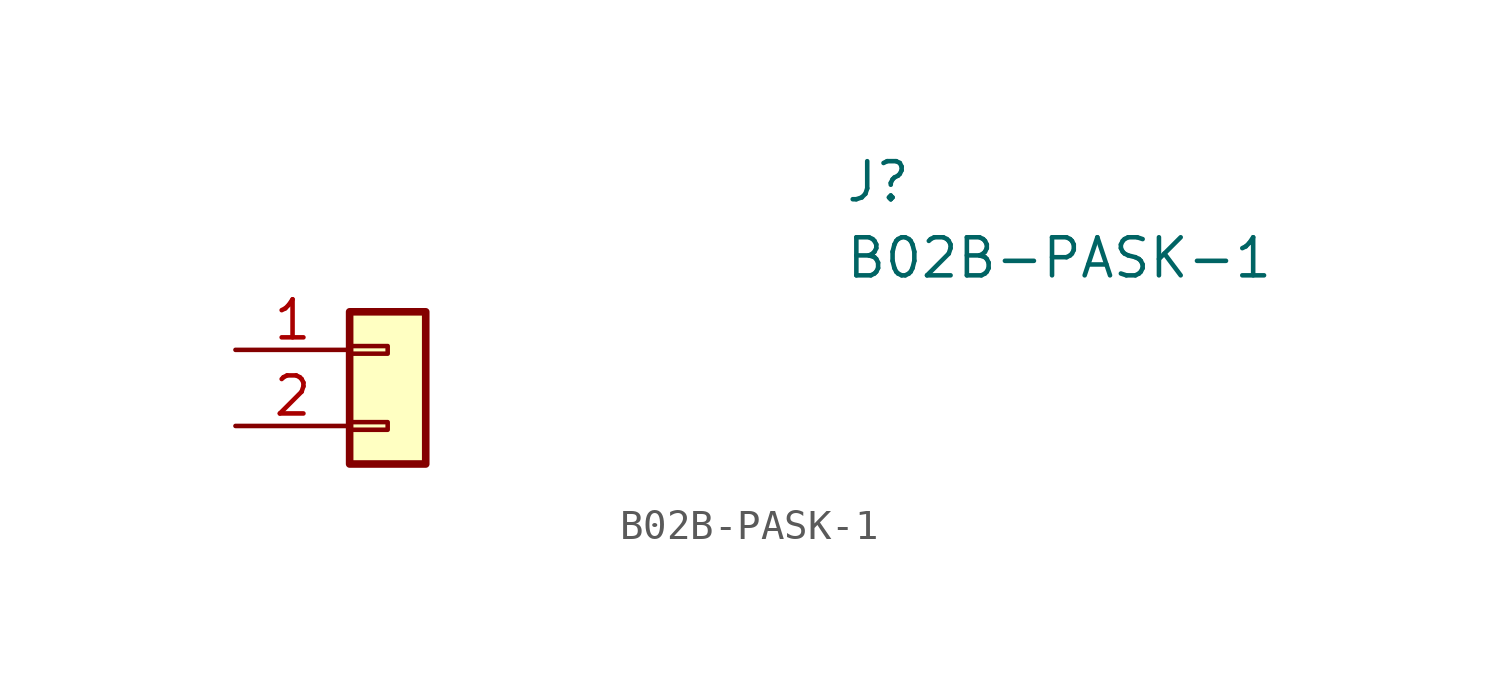
<source format=kicad_sym>
(kicad_symbol_lib
  (version 20231120)
  (generator "kicad_symbol_editor")
  (generator_version "8.0")
  (symbol "B02B-PASK-1"
    (pin_names hide)
    (property "Reference" "J"
      (at 16.51 7.62 0)
      (effects (font (size 1.27 1.27)) (justify left top)))
    (property "Value" "B02B-PASK-1"
      (at 16.51 5.08 0)
      (effects (font (size 1.27 1.27)) (justify left top)))
    (symbol "B02B-PASK-1_1_1"
      (rectangle (start 0 -1.143) (end 1.27 -1.397) (stroke (width 0.152) (type default)) (fill (type none)))
      (rectangle (start 0 1.397) (end 1.27 1.143) (stroke (width 0.152) (type default)) (fill (type none)))
      (rectangle (start 0 2.54) (end 2.54 -2.54) (stroke (width 0.254) (type default)) (fill (type background)))
      (pin passive line (at -3.81 1.27 0) (length 3.81) (name "Pin_1" (effects (font (size 1.27 1.27)))) (number "1" (effects (font (size 1.27 1.27)))))
      (pin passive line (at -3.81 -1.27 0) (length 3.81) (name "Pin_2" (effects (font (size 1.27 1.27)))) (number "2" (effects (font (size 1.27 1.27))))))))
</source>
